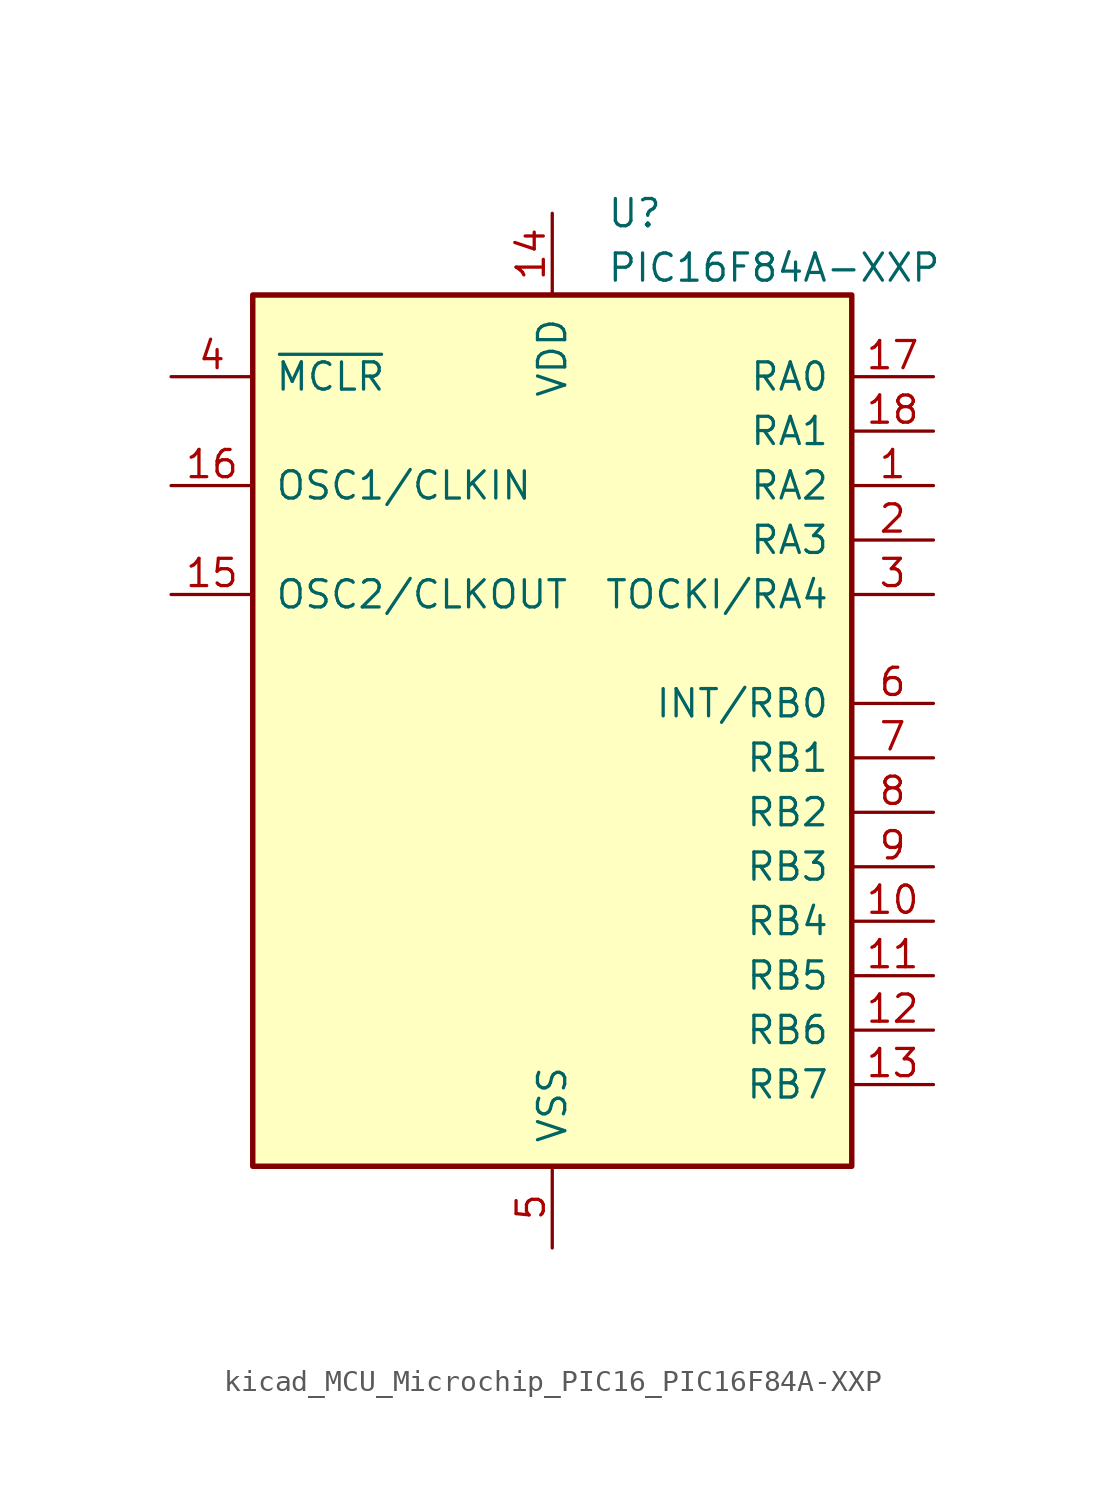
<source format=kicad_sym>
(kicad_symbol_lib
  (version 20220914)
  (generator kicad_symbol_editor)
  (symbol "kicad_MCU_Microchip_PIC16_PIC16F84A-XXP"
    (pin_names
      (offset 1.016))
    (property "Reference" "U"
      (at 2.54 22.86 0)
      (effects (font (size 1.27 1.27)) (justify left)))
    (property "Value" "PIC16F84A-XXP"
      (at 2.54 20.32 0)
      (effects (font (size 1.27 1.27)) (justify left)))
    (symbol "kicad_MCU_Microchip_PIC16_PIC16F84A-XXP_0_1"
      (rectangle (start -13.97 19.05) (end 13.97 -21.59) (stroke (width 0.254) (type default)) (fill (type background))))
    (symbol "kicad_MCU_Microchip_PIC16_PIC16F84A-XXP_1_1"
      (pin bidirectional line (at 17.78 10.16 180) (length 3.81) (name "RA2" (effects (font (size 1.27 1.27)))) (number "1" (effects (font (size 1.27 1.27)))))
      (pin bidirectional line (at 17.78 -10.16 180) (length 3.81) (name "RB4" (effects (font (size 1.27 1.27)))) (number "10" (effects (font (size 1.27 1.27)))))
      (pin bidirectional line (at 17.78 -12.7 180) (length 3.81) (name "RB5" (effects (font (size 1.27 1.27)))) (number "11" (effects (font (size 1.27 1.27)))))
      (pin bidirectional line (at 17.78 -15.24 180) (length 3.81) (name "RB6" (effects (font (size 1.27 1.27)))) (number "12" (effects (font (size 1.27 1.27)))))
      (pin bidirectional line (at 17.78 -17.78 180) (length 3.81) (name "RB7" (effects (font (size 1.27 1.27)))) (number "13" (effects (font (size 1.27 1.27)))))
      (pin power_in line (at 0 22.86 270) (length 3.81) (name "VDD" (effects (font (size 1.27 1.27)))) (number "14" (effects (font (size 1.27 1.27)))))
      (pin output line (at -17.78 5.08 0) (length 3.81) (name "OSC2/CLKOUT" (effects (font (size 1.27 1.27)))) (number "15" (effects (font (size 1.27 1.27)))))
      (pin input line (at -17.78 10.16 0) (length 3.81) (name "OSC1/CLKIN" (effects (font (size 1.27 1.27)))) (number "16" (effects (font (size 1.27 1.27)))))
      (pin bidirectional line (at 17.78 15.24 180) (length 3.81) (name "RA0" (effects (font (size 1.27 1.27)))) (number "17" (effects (font (size 1.27 1.27)))))
      (pin bidirectional line (at 17.78 12.7 180) (length 3.81) (name "RA1" (effects (font (size 1.27 1.27)))) (number "18" (effects (font (size 1.27 1.27)))))
      (pin bidirectional line (at 17.78 7.62 180) (length 3.81) (name "RA3" (effects (font (size 1.27 1.27)))) (number "2" (effects (font (size 1.27 1.27)))))
      (pin bidirectional line (at 17.78 5.08 180) (length 3.81) (name "TOCKI/RA4" (effects (font (size 1.27 1.27)))) (number "3" (effects (font (size 1.27 1.27)))))
      (pin input line (at -17.78 15.24 0) (length 3.81) (name "~{MCLR}" (effects (font (size 1.27 1.27)))) (number "4" (effects (font (size 1.27 1.27)))))
      (pin power_in line (at 0 -25.4 90) (length 3.81) (name "VSS" (effects (font (size 1.27 1.27)))) (number "5" (effects (font (size 1.27 1.27)))))
      (pin bidirectional line (at 17.78 0 180) (length 3.81) (name "INT/RB0" (effects (font (size 1.27 1.27)))) (number "6" (effects (font (size 1.27 1.27)))))
      (pin bidirectional line (at 17.78 -2.54 180) (length 3.81) (name "RB1" (effects (font (size 1.27 1.27)))) (number "7" (effects (font (size 1.27 1.27)))))
      (pin bidirectional line (at 17.78 -5.08 180) (length 3.81) (name "RB2" (effects (font (size 1.27 1.27)))) (number "8" (effects (font (size 1.27 1.27)))))
      (pin bidirectional line (at 17.78 -7.62 180) (length 3.81) (name "RB3" (effects (font (size 1.27 1.27)))) (number "9" (effects (font (size 1.27 1.27))))))))
</source>
